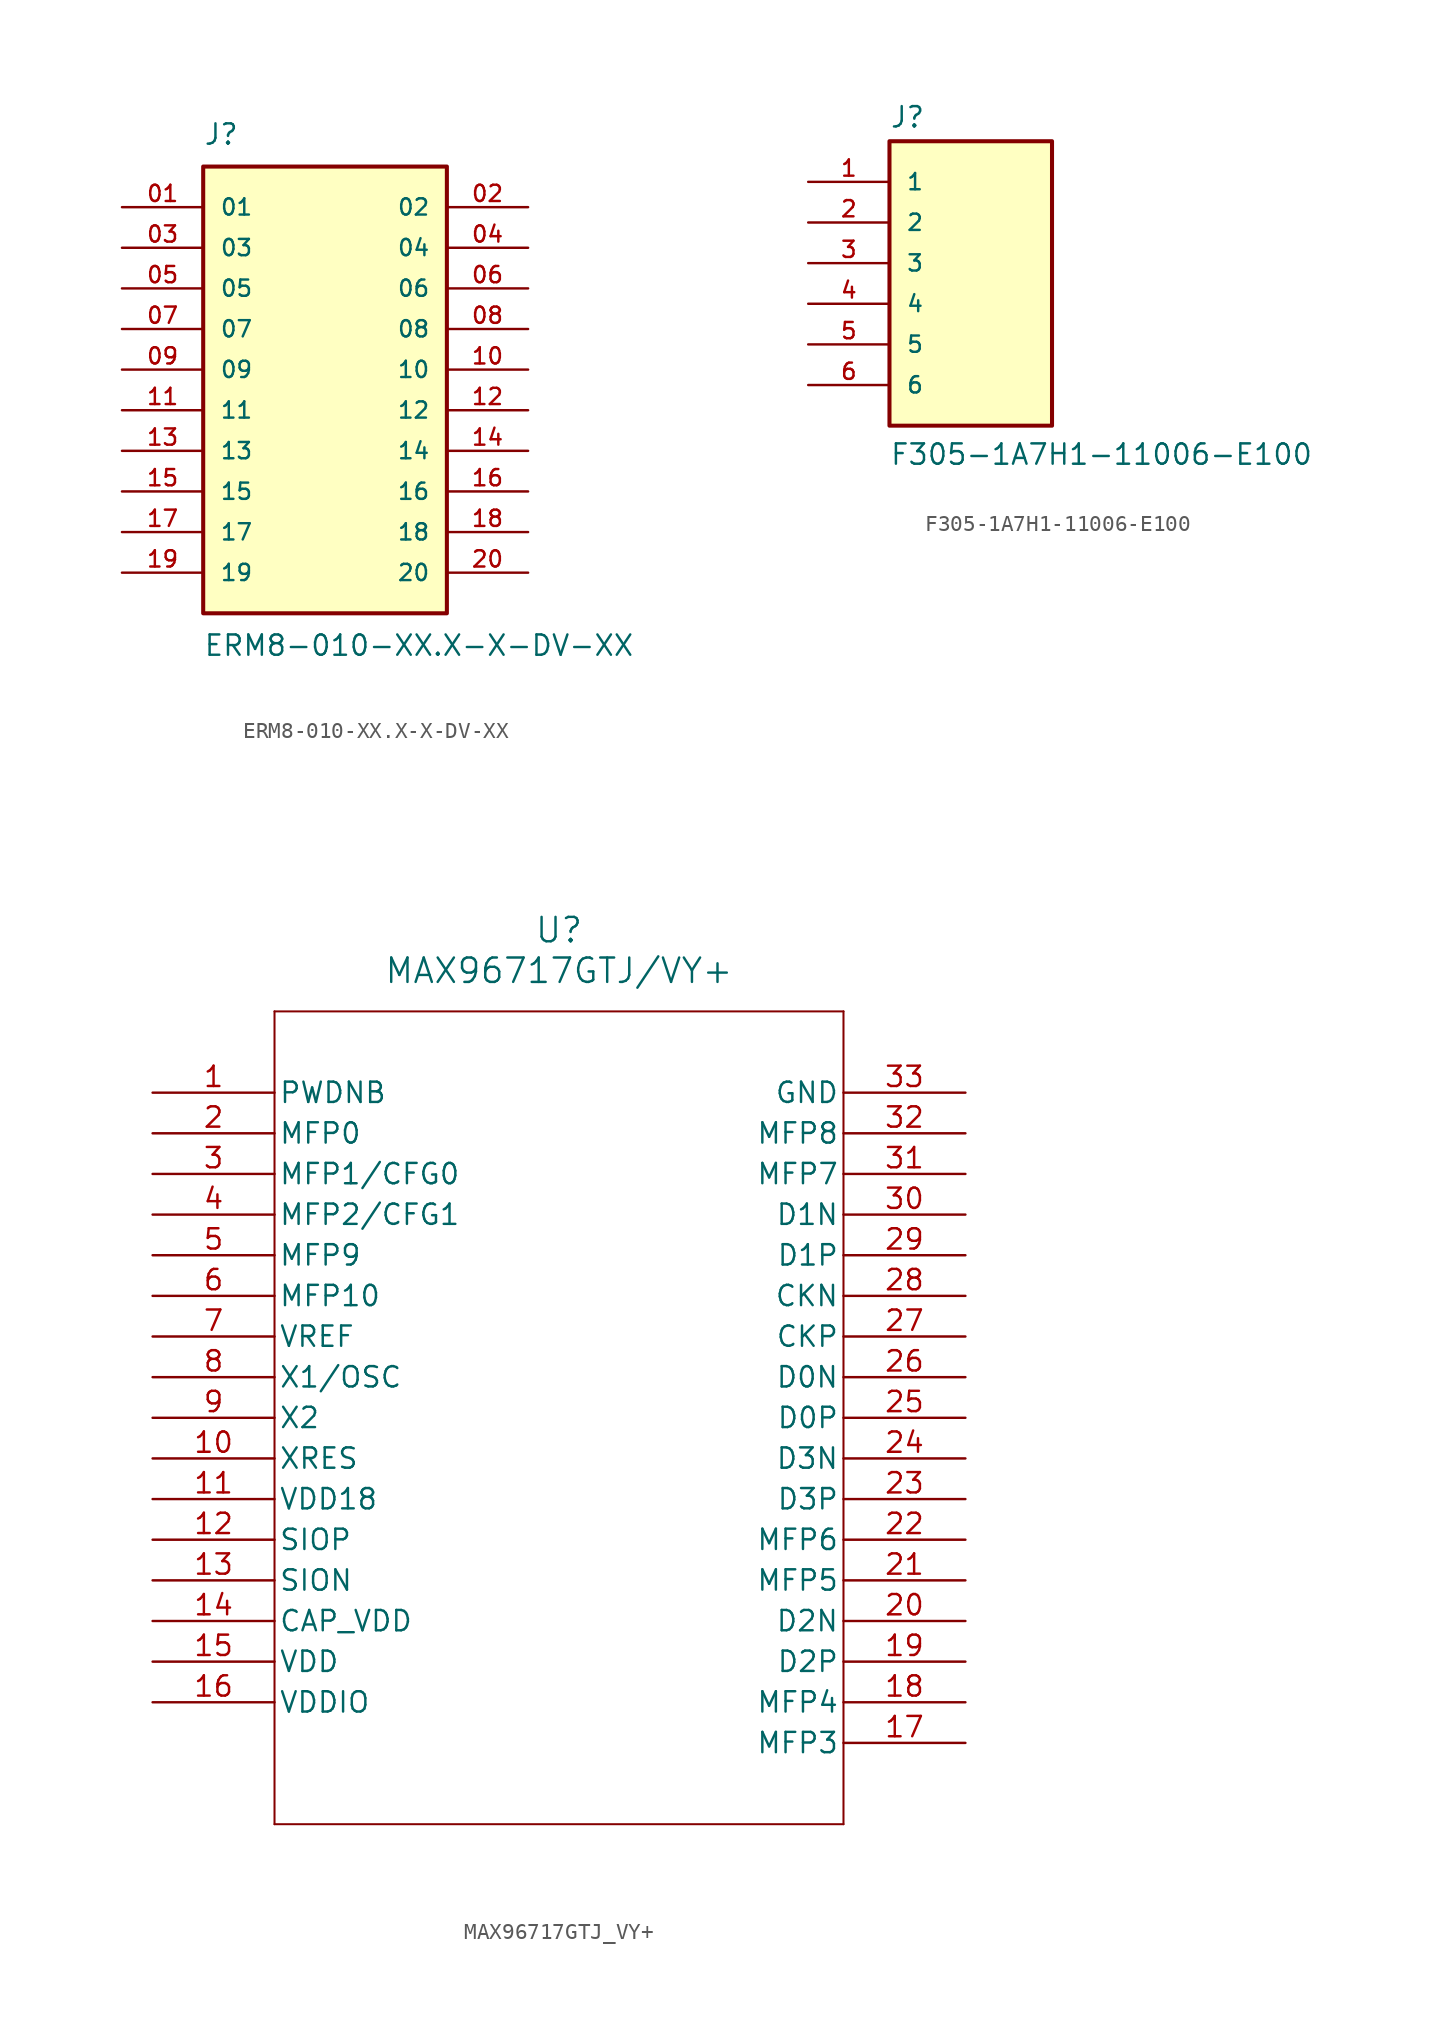
<source format=kicad_sym>
(kicad_symbol_lib
  (version 20231120)
  (generator "kicad_symbol_editor")
  (generator_version "8.0")
  (symbol "ERM8-010-XX.X-X-DV-XX"
    (pin_names
      (offset 1.016))
    (property "Reference" "J"
      (at -7.62 16.51 0)
      (effects (font (size 1.27 1.27)) (justify left bottom)))
    (property "Value" "ERM8-010-XX.X-X-DV-XX"
      (at -7.62 -13.97 0)
      (effects (font (size 1.27 1.27)) (justify left top)))
    (symbol "ERM8-010-XX.X-X-DV-XX_0_0"
      (rectangle (start -7.62 -12.7) (end 7.62 15.24) (stroke (width 0.254) (type default)) (fill (type background)))
      (pin passive line (at -12.7 12.7 0) (length 5.08) (name "01" (effects (font (size 1.016 1.016)))) (number "01" (effects (font (size 1.016 1.016)))))
      (pin passive line (at 12.7 12.7 180) (length 5.08) (name "02" (effects (font (size 1.016 1.016)))) (number "02" (effects (font (size 1.016 1.016)))))
      (pin passive line (at -12.7 10.16 0) (length 5.08) (name "03" (effects (font (size 1.016 1.016)))) (number "03" (effects (font (size 1.016 1.016)))))
      (pin passive line (at 12.7 10.16 180) (length 5.08) (name "04" (effects (font (size 1.016 1.016)))) (number "04" (effects (font (size 1.016 1.016)))))
      (pin passive line (at -12.7 7.62 0) (length 5.08) (name "05" (effects (font (size 1.016 1.016)))) (number "05" (effects (font (size 1.016 1.016)))))
      (pin passive line (at 12.7 7.62 180) (length 5.08) (name "06" (effects (font (size 1.016 1.016)))) (number "06" (effects (font (size 1.016 1.016)))))
      (pin passive line (at -12.7 5.08 0) (length 5.08) (name "07" (effects (font (size 1.016 1.016)))) (number "07" (effects (font (size 1.016 1.016)))))
      (pin passive line (at 12.7 5.08 180) (length 5.08) (name "08" (effects (font (size 1.016 1.016)))) (number "08" (effects (font (size 1.016 1.016)))))
      (pin passive line (at -12.7 2.54 0) (length 5.08) (name "09" (effects (font (size 1.016 1.016)))) (number "09" (effects (font (size 1.016 1.016)))))
      (pin passive line (at 12.7 2.54 180) (length 5.08) (name "10" (effects (font (size 1.016 1.016)))) (number "10" (effects (font (size 1.016 1.016)))))
      (pin passive line (at -12.7 0 0) (length 5.08) (name "11" (effects (font (size 1.016 1.016)))) (number "11" (effects (font (size 1.016 1.016)))))
      (pin passive line (at 12.7 0 180) (length 5.08) (name "12" (effects (font (size 1.016 1.016)))) (number "12" (effects (font (size 1.016 1.016)))))
      (pin passive line (at -12.7 -2.54 0) (length 5.08) (name "13" (effects (font (size 1.016 1.016)))) (number "13" (effects (font (size 1.016 1.016)))))
      (pin passive line (at 12.7 -2.54 180) (length 5.08) (name "14" (effects (font (size 1.016 1.016)))) (number "14" (effects (font (size 1.016 1.016)))))
      (pin passive line (at -12.7 -5.08 0) (length 5.08) (name "15" (effects (font (size 1.016 1.016)))) (number "15" (effects (font (size 1.016 1.016)))))
      (pin passive line (at 12.7 -5.08 180) (length 5.08) (name "16" (effects (font (size 1.016 1.016)))) (number "16" (effects (font (size 1.016 1.016)))))
      (pin passive line (at -12.7 -7.62 0) (length 5.08) (name "17" (effects (font (size 1.016 1.016)))) (number "17" (effects (font (size 1.016 1.016)))))
      (pin passive line (at 12.7 -7.62 180) (length 5.08) (name "18" (effects (font (size 1.016 1.016)))) (number "18" (effects (font (size 1.016 1.016)))))
      (pin passive line (at -12.7 -10.16 0) (length 5.08) (name "19" (effects (font (size 1.016 1.016)))) (number "19" (effects (font (size 1.016 1.016)))))
      (pin passive line (at 12.7 -10.16 180) (length 5.08) (name "20" (effects (font (size 1.016 1.016)))) (number "20" (effects (font (size 1.016 1.016)))))))
  (symbol "F305-1A7H1-11006-E100"
    (pin_names
      (offset 1.016))
    (property "Reference" "J"
      (at -5.08 8.382 0)
      (effects (font (size 1.27 1.27)) (justify left bottom)))
    (property "Value" "F305-1A7H1-11006-E100"
      (at -5.08 -12.7 0)
      (effects (font (size 1.27 1.27)) (justify left bottom)))
    (symbol "F305-1A7H1-11006-E100_0_0"
      (rectangle (start -5.08 -10.16) (end 5.08 7.62) (stroke (width 0.254) (type default)) (fill (type background)))
      (pin passive line (at -10.16 5.08 0) (length 5.08) (name "1" (effects (font (size 1.016 1.016)))) (number "1" (effects (font (size 1.016 1.016)))))
      (pin passive line (at -10.16 2.54 0) (length 5.08) (name "2" (effects (font (size 1.016 1.016)))) (number "2" (effects (font (size 1.016 1.016)))))
      (pin passive line (at -10.16 0 0) (length 5.08) (name "3" (effects (font (size 1.016 1.016)))) (number "3" (effects (font (size 1.016 1.016)))))
      (pin passive line (at -10.16 -2.54 0) (length 5.08) (name "4" (effects (font (size 1.016 1.016)))) (number "4" (effects (font (size 1.016 1.016)))))
      (pin passive line (at -10.16 -5.08 0) (length 5.08) (name "5" (effects (font (size 1.016 1.016)))) (number "5" (effects (font (size 1.016 1.016)))))
      (pin passive line (at -10.16 -7.62 0) (length 5.08) (name "6" (effects (font (size 1.016 1.016)))) (number "6" (effects (font (size 1.016 1.016)))))))
  (symbol "MAX96717GTJ_VY+"
    (pin_names
      (offset 0.254))
    (property "Reference" "U"
      (at 25.4 10.16 0)
      (effects (font (size 1.524 1.524))))
    (property "Value" "MAX96717GTJ/VY+"
      (at 25.4 7.62 0)
      (effects (font (size 1.524 1.524))))
    (symbol "MAX96717GTJ_VY+_0_1"
      (polyline (pts (xy 7.62 -45.72) (xy 43.18 -45.72)) (stroke (width 0.127) (type default)) (fill (type none)))
      (polyline (pts (xy 7.62 5.08) (xy 7.62 -45.72)) (stroke (width 0.127) (type default)) (fill (type none)))
      (polyline (pts (xy 43.18 -45.72) (xy 43.18 5.08)) (stroke (width 0.127) (type default)) (fill (type none)))
      (polyline (pts (xy 43.18 5.08) (xy 7.62 5.08)) (stroke (width 0.127) (type default)) (fill (type none)))
      (pin input line (at 0 0 0) (length 7.62) (name "PWDNB" (effects (font (size 1.27 1.27)))) (number "1" (effects (font (size 1.27 1.27)))))
      (pin bidirectional line (at 0 -22.86 0) (length 7.62) (name "XRES" (effects (font (size 1.27 1.27)))) (number "10" (effects (font (size 1.27 1.27)))))
      (pin power_in line (at 0 -25.4 0) (length 7.62) (name "VDD18" (effects (font (size 1.27 1.27)))) (number "11" (effects (font (size 1.27 1.27)))))
      (pin bidirectional line (at 0 -27.94 0) (length 7.62) (name "SIOP" (effects (font (size 1.27 1.27)))) (number "12" (effects (font (size 1.27 1.27)))))
      (pin bidirectional line (at 0 -30.48 0) (length 7.62) (name "SION" (effects (font (size 1.27 1.27)))) (number "13" (effects (font (size 1.27 1.27)))))
      (pin power_in line (at 0 -33.02 0) (length 7.62) (name "CAP_VDD" (effects (font (size 1.27 1.27)))) (number "14" (effects (font (size 1.27 1.27)))))
      (pin power_in line (at 0 -35.56 0) (length 7.62) (name "VDD" (effects (font (size 1.27 1.27)))) (number "15" (effects (font (size 1.27 1.27)))))
      (pin power_in line (at 0 -38.1 0) (length 7.62) (name "VDDIO" (effects (font (size 1.27 1.27)))) (number "16" (effects (font (size 1.27 1.27)))))
      (pin bidirectional line (at 50.8 -40.64 180) (length 7.62) (name "MFP3" (effects (font (size 1.27 1.27)))) (number "17" (effects (font (size 1.27 1.27)))))
      (pin bidirectional line (at 50.8 -38.1 180) (length 7.62) (name "MFP4" (effects (font (size 1.27 1.27)))) (number "18" (effects (font (size 1.27 1.27)))))
      (pin input line (at 50.8 -35.56 180) (length 7.62) (name "D2P" (effects (font (size 1.27 1.27)))) (number "19" (effects (font (size 1.27 1.27)))))
      (pin bidirectional line (at 0 -2.54 0) (length 7.62) (name "MFP0" (effects (font (size 1.27 1.27)))) (number "2" (effects (font (size 1.27 1.27)))))
      (pin input line (at 50.8 -33.02 180) (length 7.62) (name "D2N" (effects (font (size 1.27 1.27)))) (number "20" (effects (font (size 1.27 1.27)))))
      (pin bidirectional line (at 50.8 -30.48 180) (length 7.62) (name "MFP5" (effects (font (size 1.27 1.27)))) (number "21" (effects (font (size 1.27 1.27)))))
      (pin bidirectional line (at 50.8 -27.94 180) (length 7.62) (name "MFP6" (effects (font (size 1.27 1.27)))) (number "22" (effects (font (size 1.27 1.27)))))
      (pin input line (at 50.8 -25.4 180) (length 7.62) (name "D3P" (effects (font (size 1.27 1.27)))) (number "23" (effects (font (size 1.27 1.27)))))
      (pin input line (at 50.8 -22.86 180) (length 7.62) (name "D3N" (effects (font (size 1.27 1.27)))) (number "24" (effects (font (size 1.27 1.27)))))
      (pin input line (at 50.8 -20.32 180) (length 7.62) (name "D0P" (effects (font (size 1.27 1.27)))) (number "25" (effects (font (size 1.27 1.27)))))
      (pin input line (at 50.8 -17.78 180) (length 7.62) (name "D0N" (effects (font (size 1.27 1.27)))) (number "26" (effects (font (size 1.27 1.27)))))
      (pin input line (at 50.8 -15.24 180) (length 7.62) (name "CKP" (effects (font (size 1.27 1.27)))) (number "27" (effects (font (size 1.27 1.27)))))
      (pin input line (at 50.8 -12.7 180) (length 7.62) (name "CKN" (effects (font (size 1.27 1.27)))) (number "28" (effects (font (size 1.27 1.27)))))
      (pin input line (at 50.8 -10.16 180) (length 7.62) (name "D1P" (effects (font (size 1.27 1.27)))) (number "29" (effects (font (size 1.27 1.27)))))
      (pin bidirectional line (at 0 -5.08 0) (length 7.62) (name "MFP1/CFG0" (effects (font (size 1.27 1.27)))) (number "3" (effects (font (size 1.27 1.27)))))
      (pin input line (at 50.8 -7.62 180) (length 7.62) (name "D1N" (effects (font (size 1.27 1.27)))) (number "30" (effects (font (size 1.27 1.27)))))
      (pin bidirectional line (at 50.8 -5.08 180) (length 7.62) (name "MFP7" (effects (font (size 1.27 1.27)))) (number "31" (effects (font (size 1.27 1.27)))))
      (pin bidirectional line (at 50.8 -2.54 180) (length 7.62) (name "MFP8" (effects (font (size 1.27 1.27)))) (number "32" (effects (font (size 1.27 1.27)))))
      (pin power_out line (at 50.8 0 180) (length 7.62) (name "GND" (effects (font (size 1.27 1.27)))) (number "33" (effects (font (size 1.27 1.27)))))
      (pin bidirectional line (at 0 -7.62 0) (length 7.62) (name "MFP2/CFG1" (effects (font (size 1.27 1.27)))) (number "4" (effects (font (size 1.27 1.27)))))
      (pin bidirectional line (at 0 -10.16 0) (length 7.62) (name "MFP9" (effects (font (size 1.27 1.27)))) (number "5" (effects (font (size 1.27 1.27)))))
      (pin bidirectional line (at 0 -12.7 0) (length 7.62) (name "MFP10" (effects (font (size 1.27 1.27)))) (number "6" (effects (font (size 1.27 1.27)))))
      (pin power_in line (at 0 -15.24 0) (length 7.62) (name "VREF" (effects (font (size 1.27 1.27)))) (number "7" (effects (font (size 1.27 1.27)))))
      (pin input line (at 0 -17.78 0) (length 7.62) (name "X1/OSC" (effects (font (size 1.27 1.27)))) (number "8" (effects (font (size 1.27 1.27)))))
      (pin input line (at 0 -20.32 0) (length 7.62) (name "X2" (effects (font (size 1.27 1.27)))) (number "9" (effects (font (size 1.27 1.27))))))))
</source>
